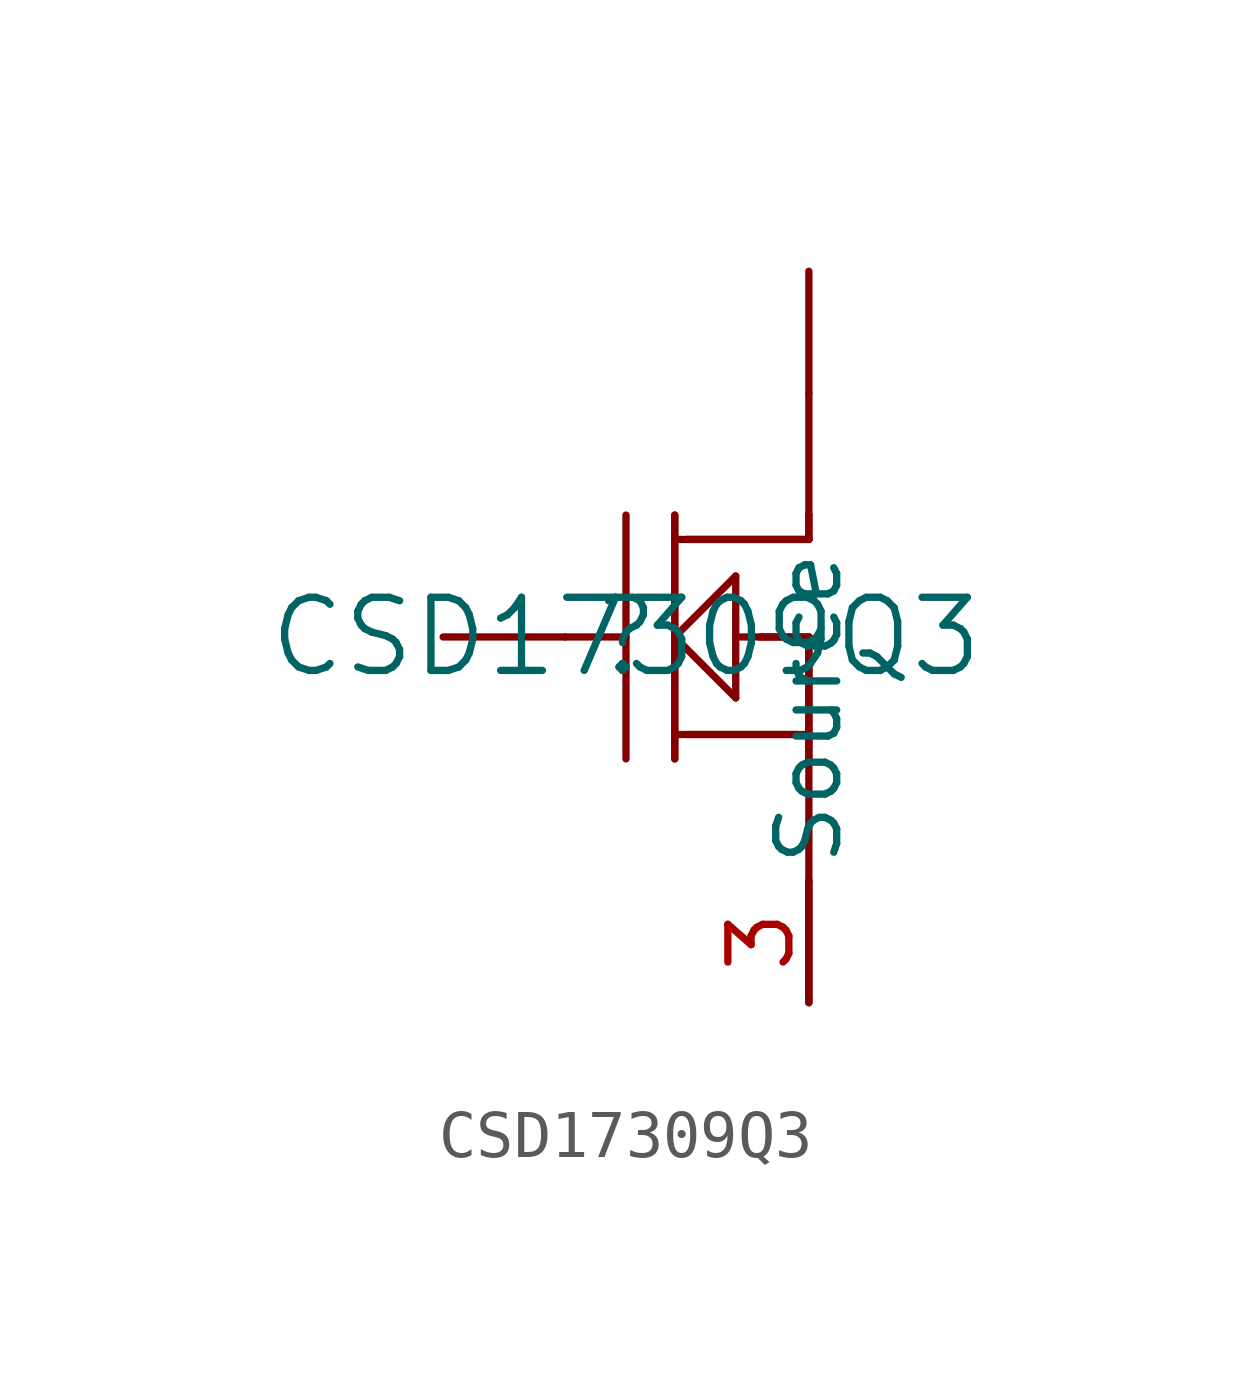
<source format=kicad_sym>
(kicad_symbol_lib
  (version 20211014)
  (generator kicad_symbol_editor)
  (symbol "CSD17309Q3"
    (pin_names
      (offset 0.254))
    (property "Reference" ""
      (at 0 0 0)
      (effects (font (size 1.524 1.524))))
    (property "Value" "CSD17309Q3"
      (at 0 0 0)
      (effects (font (size 1.524 1.524))))
    (polyline
      (pts (xy -3.81 0) (xy -1.27 0))
      (stroke (width 0.152) (type default) (color 0 0 0 0))
      (fill (type none)))
    (polyline
      (pts (xy 3.81 7.62) (xy 3.81 5.08))
      (stroke (width 0.152) (type default) (color 0 0 0 0))
      (fill (type none)))
    (polyline
      (pts (xy 3.81 -7.62) (xy 3.81 -5.08))
      (stroke (width 0.152) (type default) (color 0 0 0 0))
      (fill (type none)))
    (polyline
      (pts (xy 1.016 2.54) (xy 1.016 -2.54))
      (stroke (width 0.152) (type default) (color 0 0 0 0))
      (fill (type none)))
    (polyline
      (pts (xy 3.81 2.54) (xy 3.81 2.032))
      (stroke (width 0.152) (type default) (color 0 0 0 0))
      (fill (type none)))
    (polyline
      (pts (xy 3.81 2.032) (xy 1.27 2.032))
      (stroke (width 0.152) (type default) (color 0 0 0 0))
      (fill (type none)))
    (polyline
      (pts (xy 2.794 0) (xy 3.81 0))
      (stroke (width 0.152) (type default) (color 0 0 0 0))
      (fill (type none)))
    (polyline
      (pts (xy 3.81 0) (xy 3.81 -2.54))
      (stroke (width 0.152) (type default) (color 0 0 0 0))
      (fill (type none)))
    (polyline
      (pts (xy 1.27 -2.032) (xy 3.556 -2.032))
      (stroke (width 0.152) (type default) (color 0 0 0 0))
      (fill (type none)))
    (polyline
      (pts (xy 3.81 2.54) (xy 3.81 2.032))
      (stroke (width 0.152) (type default) (color 0 0 0 0))
      (fill (type none)))
    (polyline
      (pts (xy 3.81 2.032) (xy 1.016 2.032))
      (stroke (width 0.152) (type default) (color 0 0 0 0))
      (fill (type none)))
    (polyline
      (pts (xy 1.016 2.54) (xy 1.016 -2.54))
      (stroke (width 0.152) (type default) (color 0 0 0 0))
      (fill (type none)))
    (polyline
      (pts (xy 1.016 -2.032) (xy 3.81 -2.032))
      (stroke (width 0.152) (type default) (color 0 0 0 0))
      (fill (type none)))
    (polyline
      (pts (xy 1.016 0) (xy 2.286 1.27))
      (stroke (width 0.152) (type default) (color 0 0 0 0))
      (fill (type none)))
    (polyline
      (pts (xy 2.286 1.27) (xy 2.286 -1.27))
      (stroke (width 0.152) (type default) (color 0 0 0 0))
      (fill (type none)))
    (polyline
      (pts (xy 2.286 -1.27) (xy 1.016 0))
      (stroke (width 0.152) (type default) (color 0 0 0 0))
      (fill (type none)))
    (polyline
      (pts (xy 2.286 0) (xy 3.81 0))
      (stroke (width 0.152) (type default) (color 0 0 0 0))
      (fill (type none)))
    (polyline
      (pts (xy 3.81 0) (xy 3.81 -2.54))
      (stroke (width 0.152) (type default) (color 0 0 0 0))
      (fill (type none)))
    (polyline
      (pts (xy -1.27 0) (xy 0 0))
      (stroke (width 0.152) (type default) (color 0 0 0 0))
      (fill (type none)))
    (polyline
      (pts (xy 0 -2.54) (xy 0 2.54))
      (stroke (width 0.152) (type default) (color 0 0 0 0))
      (fill (type none)))
    (polyline
      (pts (xy 3.81 5.08) (xy 3.81 2.54))
      (stroke (width 0.152) (type default) (color 0 0 0 0))
      (fill (type none)))
    (polyline
      (pts (xy 3.81 -2.54) (xy 3.81 -5.08))
      (stroke (width 0.152) (type default) (color 0 0 0 0))
      (fill (type none)))
    (pin unspecified line
      (at 3.81 -7.62 90)
      (length 2.54)
      (name "Source" (effects (font (size 1.27 1.27))))
      (number "3" (effects (font (size 1.27 1.27)))))))
</source>
